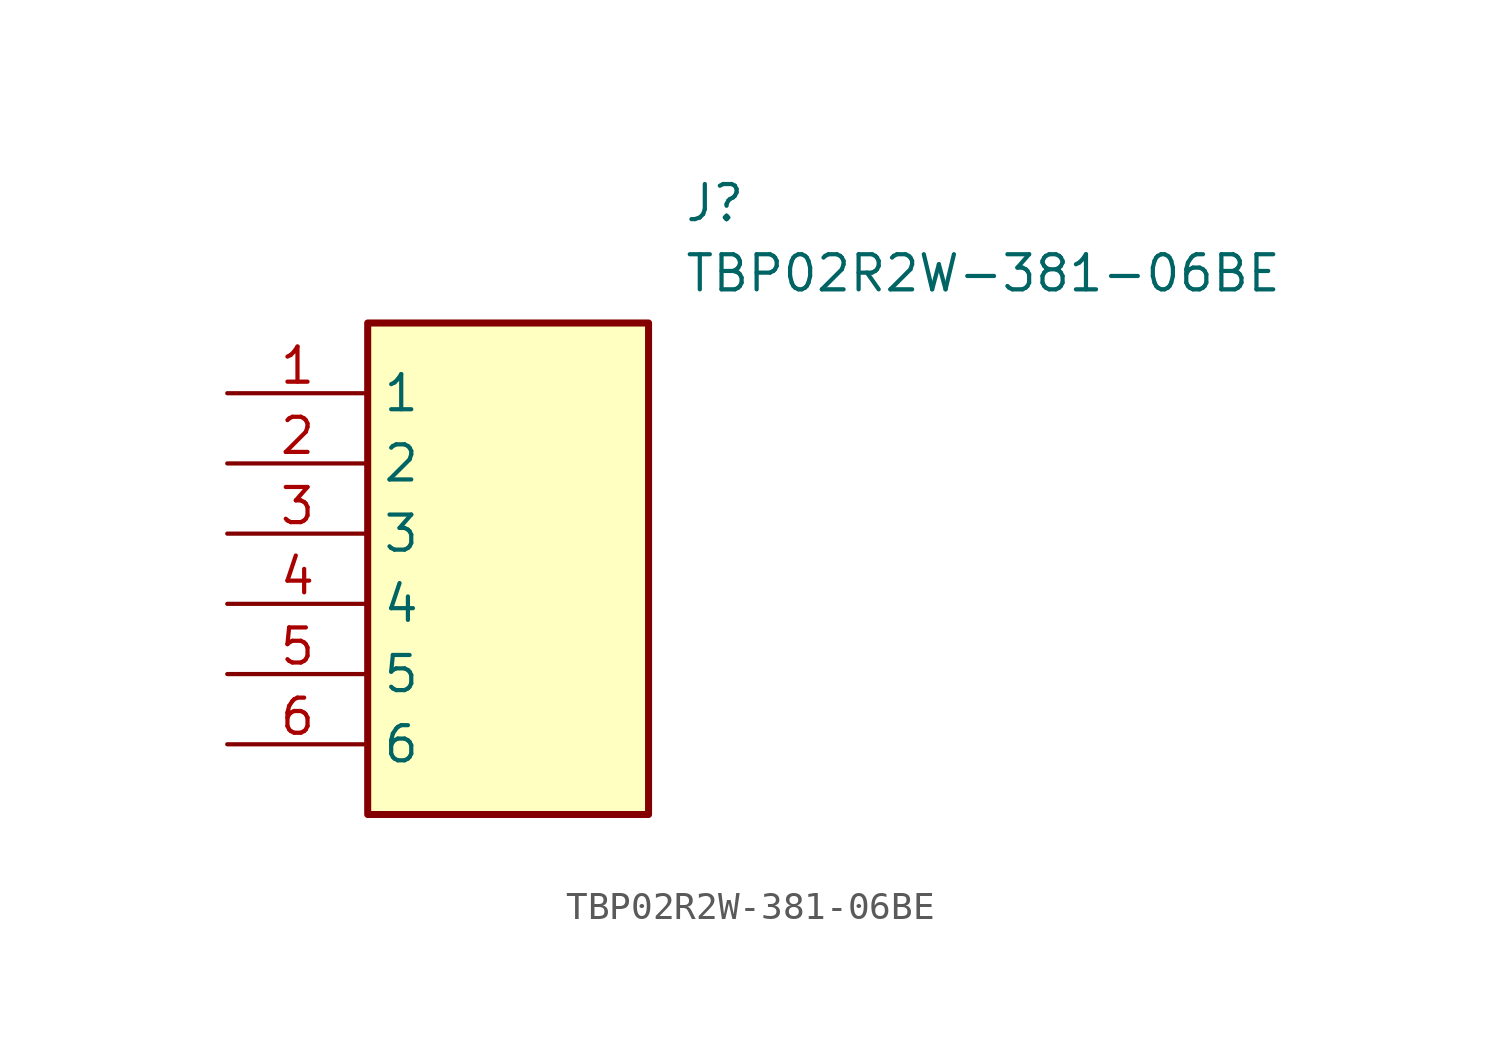
<source format=kicad_sym>
(kicad_symbol_lib
  (version 20211014)
  (generator SamacSys_ECAD_Model)
  (symbol "TBP02R2W-381-06BE"
    (property "Reference" "J"
      (at 16.51 7.62 0)
      (effects (font (size 1.27 1.27)) (justify left top)))
    (property "Value" "TBP02R2W-381-06BE"
      (at 16.51 5.08 0)
      (effects (font (size 1.27 1.27)) (justify left top)))
    (rectangle
      (start 5.08 2.54)
      (end 15.24 -15.24)
      (stroke (width 0.254) (type default))
      (fill (type background)))
    (pin passive line
      (at 0 0 0)
      (length 5.08)
      (name "1" (effects (font (size 1.27 1.27))))
      (number "1" (effects (font (size 1.27 1.27)))))
    (pin passive line
      (at 0 -2.54 0)
      (length 5.08)
      (name "2" (effects (font (size 1.27 1.27))))
      (number "2" (effects (font (size 1.27 1.27)))))
    (pin passive line
      (at 0 -5.08 0)
      (length 5.08)
      (name "3" (effects (font (size 1.27 1.27))))
      (number "3" (effects (font (size 1.27 1.27)))))
    (pin passive line
      (at 0 -7.62 0)
      (length 5.08)
      (name "4" (effects (font (size 1.27 1.27))))
      (number "4" (effects (font (size 1.27 1.27)))))
    (pin passive line
      (at 0 -10.16 0)
      (length 5.08)
      (name "5" (effects (font (size 1.27 1.27))))
      (number "5" (effects (font (size 1.27 1.27)))))
    (pin passive line
      (at 0 -12.7 0)
      (length 5.08)
      (name "6" (effects (font (size 1.27 1.27))))
      (number "6" (effects (font (size 1.27 1.27)))))))
</source>
